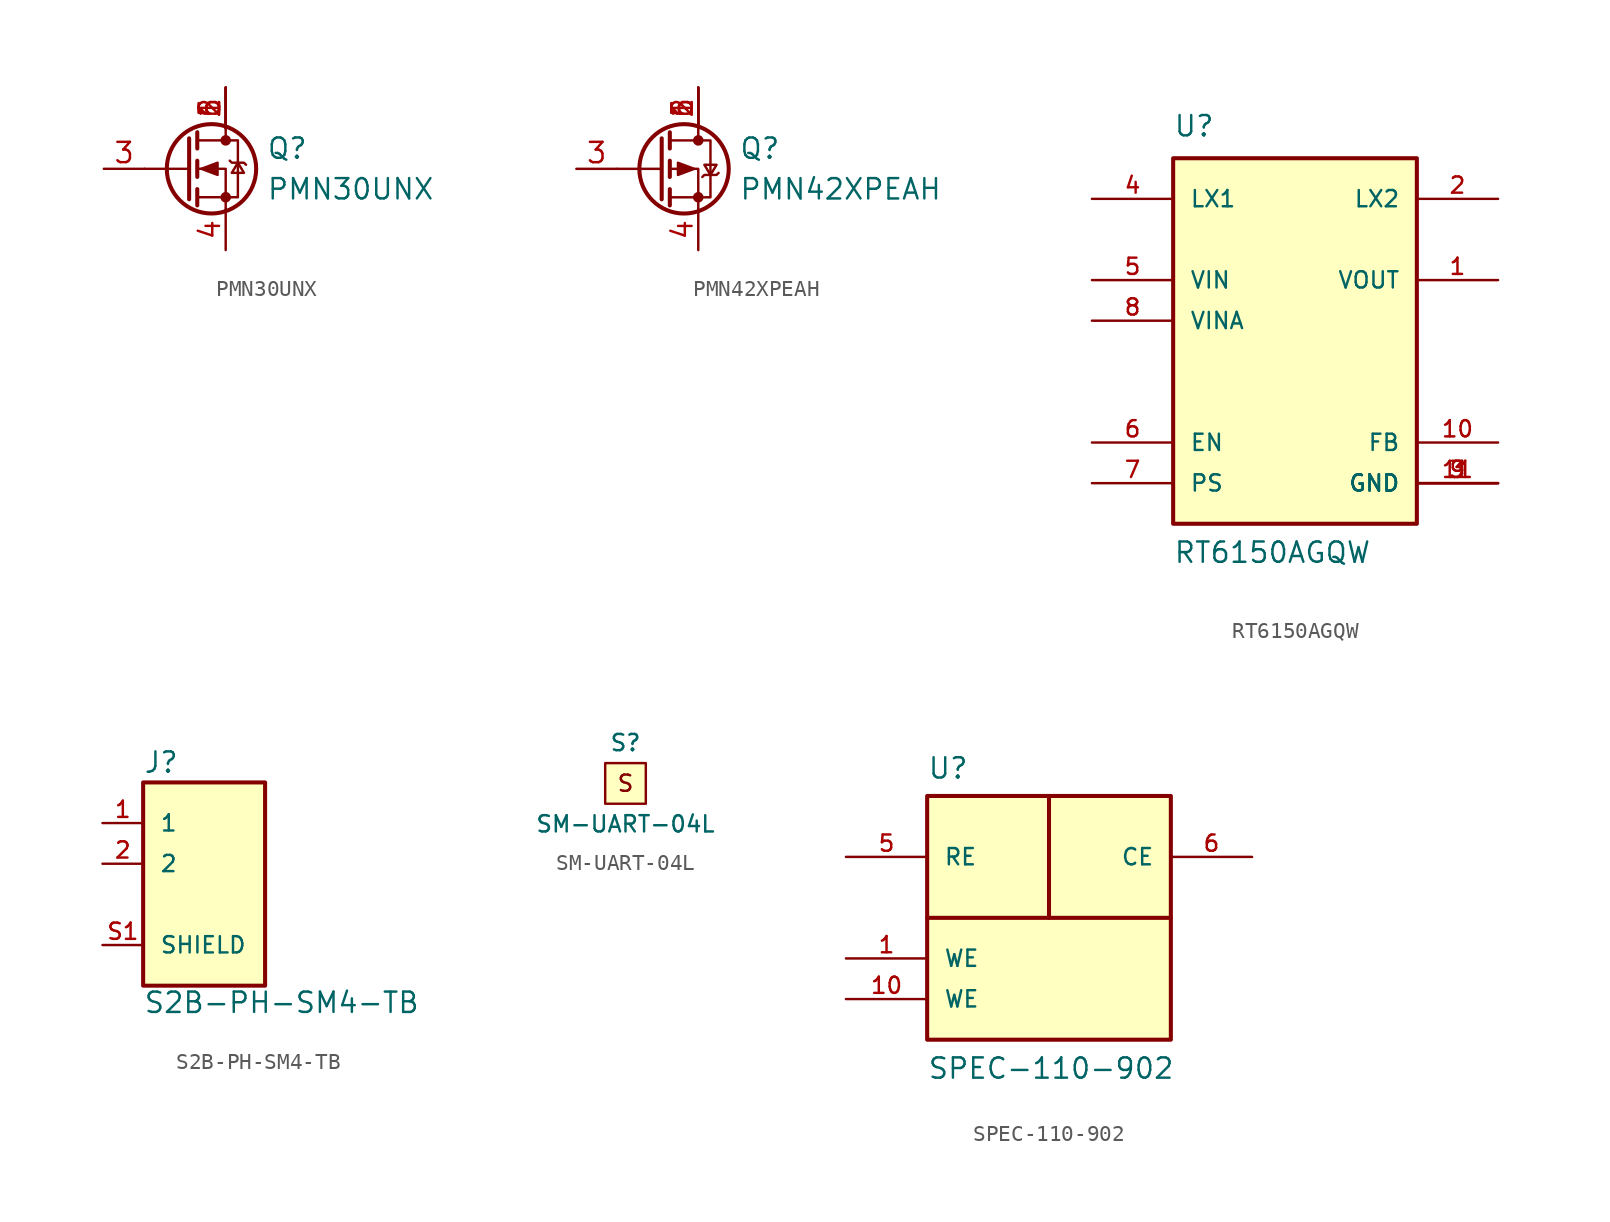
<source format=kicad_sym>
(kicad_symbol_lib
  (version 20211014)
  (generator kicad_symbol_editor)
  (symbol "PMN30UNX"
    (pin_names
      (offset 0) hide)
    (property "Reference" "Q"
      (at 5.08 1.27 0)
      (effects (font (size 1.27 1.27)) (justify left)))
    (property "Value" "PMN30UNX"
      (at 5.08 -1.27 0)
      (effects (font (size 1.27 1.27)) (justify left)))
    (symbol "PMN30UNX_0_1"
      (polyline (pts (xy 0.254 0) (xy -2.54 0)) (stroke (width 0) (type default) (color 0 0 0 0)) (fill (type none)))
      (polyline (pts (xy 0.254 1.905) (xy 0.254 -1.905)) (stroke (width 0.254) (type default) (color 0 0 0 0)) (fill (type none)))
      (polyline (pts (xy 0.762 -1.27) (xy 0.762 -2.286)) (stroke (width 0.254) (type default) (color 0 0 0 0)) (fill (type none)))
      (polyline (pts (xy 0.762 0.508) (xy 0.762 -0.508)) (stroke (width 0.254) (type default) (color 0 0 0 0)) (fill (type none)))
      (polyline (pts (xy 0.762 2.286) (xy 0.762 1.27)) (stroke (width 0.254) (type default) (color 0 0 0 0)) (fill (type none)))
      (polyline (pts (xy 2.54 2.54) (xy 2.54 1.778)) (stroke (width 0) (type default) (color 0 0 0 0)) (fill (type none)))
      (polyline (pts (xy 2.54 -2.54) (xy 2.54 0) (xy 0.762 0)) (stroke (width 0) (type default) (color 0 0 0 0)) (fill (type none)))
      (polyline (pts (xy 0.762 -1.778) (xy 3.302 -1.778) (xy 3.302 1.778) (xy 0.762 1.778)) (stroke (width 0) (type default) (color 0 0 0 0)) (fill (type none)))
      (polyline (pts (xy 1.016 0) (xy 2.032 0.381) (xy 2.032 -0.381) (xy 1.016 0)) (stroke (width 0) (type default) (color 0 0 0 0)) (fill (type outline)))
      (polyline (pts (xy 2.794 0.508) (xy 2.921 0.381) (xy 3.683 0.381) (xy 3.81 0.254)) (stroke (width 0) (type default) (color 0 0 0 0)) (fill (type none)))
      (polyline (pts (xy 3.302 0.381) (xy 2.921 -0.254) (xy 3.683 -0.254) (xy 3.302 0.381)) (stroke (width 0) (type default) (color 0 0 0 0)) (fill (type none)))
      (circle (center 1.651 0) (radius 2.794) (stroke (width 0.254) (type default) (color 0 0 0 0)) (fill (type none)))
      (circle (center 2.54 -1.778) (radius 0.254) (stroke (width 0) (type default) (color 0 0 0 0)) (fill (type outline)))
      (circle (center 2.54 1.778) (radius 0.254) (stroke (width 0) (type default) (color 0 0 0 0)) (fill (type outline))))
    (symbol "PMN30UNX_1_1"
      (pin passive line (at 2.54 5.08 270) (length 2.54) (name "D" (effects (font (size 1.27 1.27)))) (number "1" (effects (font (size 1.27 1.27)))))
      (pin passive line (at 2.54 5.08 270) (length 2.54) (name "D" (effects (font (size 1.27 1.27)))) (number "2" (effects (font (size 1.27 1.27)))))
      (pin input line (at -5.08 0 0) (length 2.54) (name "G" (effects (font (size 1.27 1.27)))) (number "3" (effects (font (size 1.27 1.27)))))
      (pin passive line (at 2.54 -5.08 90) (length 2.54) (name "S" (effects (font (size 1.27 1.27)))) (number "4" (effects (font (size 1.27 1.27)))))
      (pin passive line (at 2.54 5.08 270) (length 2.54) (name "D" (effects (font (size 1.27 1.27)))) (number "5" (effects (font (size 1.27 1.27)))))
      (pin passive line (at 2.54 5.08 270) (length 2.54) (name "D" (effects (font (size 1.27 1.27)))) (number "6" (effects (font (size 1.27 1.27)))))))
  (symbol "PMN42XPEAH"
    (pin_names
      (offset 0) hide)
    (property "Reference" "Q"
      (at 5.08 1.27 0)
      (effects (font (size 1.27 1.27)) (justify left)))
    (property "Value" "PMN42XPEAH"
      (at 5.08 -1.27 0)
      (effects (font (size 1.27 1.27)) (justify left)))
    (symbol "PMN42XPEAH_0_1"
      (polyline (pts (xy 0.254 0) (xy -2.54 0)) (stroke (width 0) (type default) (color 0 0 0 0)) (fill (type none)))
      (polyline (pts (xy 0.254 1.905) (xy 0.254 -1.905)) (stroke (width 0.254) (type default) (color 0 0 0 0)) (fill (type none)))
      (polyline (pts (xy 0.762 -1.27) (xy 0.762 -2.286)) (stroke (width 0.254) (type default) (color 0 0 0 0)) (fill (type none)))
      (polyline (pts (xy 0.762 0.508) (xy 0.762 -0.508)) (stroke (width 0.254) (type default) (color 0 0 0 0)) (fill (type none)))
      (polyline (pts (xy 0.762 2.286) (xy 0.762 1.27)) (stroke (width 0.254) (type default) (color 0 0 0 0)) (fill (type none)))
      (polyline (pts (xy 2.54 2.54) (xy 2.54 1.778)) (stroke (width 0) (type default) (color 0 0 0 0)) (fill (type none)))
      (polyline (pts (xy 2.54 -2.54) (xy 2.54 0) (xy 0.762 0)) (stroke (width 0) (type default) (color 0 0 0 0)) (fill (type none)))
      (polyline (pts (xy 0.762 1.778) (xy 3.302 1.778) (xy 3.302 -1.778) (xy 0.762 -1.778)) (stroke (width 0) (type default) (color 0 0 0 0)) (fill (type none)))
      (polyline (pts (xy 2.286 0) (xy 1.27 0.381) (xy 1.27 -0.381) (xy 2.286 0)) (stroke (width 0) (type default) (color 0 0 0 0)) (fill (type outline)))
      (polyline (pts (xy 2.794 -0.508) (xy 2.921 -0.381) (xy 3.683 -0.381) (xy 3.81 -0.254)) (stroke (width 0) (type default) (color 0 0 0 0)) (fill (type none)))
      (polyline (pts (xy 3.302 -0.381) (xy 2.921 0.254) (xy 3.683 0.254) (xy 3.302 -0.381)) (stroke (width 0) (type default) (color 0 0 0 0)) (fill (type none)))
      (circle (center 1.651 0) (radius 2.794) (stroke (width 0.254) (type default) (color 0 0 0 0)) (fill (type none)))
      (circle (center 2.54 -1.778) (radius 0.254) (stroke (width 0) (type default) (color 0 0 0 0)) (fill (type outline)))
      (circle (center 2.54 1.778) (radius 0.254) (stroke (width 0) (type default) (color 0 0 0 0)) (fill (type outline))))
    (symbol "PMN42XPEAH_1_1"
      (pin passive line (at 2.54 5.08 270) (length 2.54) (name "D" (effects (font (size 1.27 1.27)))) (number "1" (effects (font (size 1.27 1.27)))))
      (pin passive line (at 2.54 5.08 270) (length 2.54) (name "D" (effects (font (size 1.27 1.27)))) (number "2" (effects (font (size 1.27 1.27)))))
      (pin input line (at -5.08 0 0) (length 2.54) (name "G" (effects (font (size 1.27 1.27)))) (number "3" (effects (font (size 1.27 1.27)))))
      (pin passive line (at 2.54 -5.08 90) (length 2.54) (name "S" (effects (font (size 1.27 1.27)))) (number "4" (effects (font (size 1.27 1.27)))))
      (pin passive line (at 2.54 5.08 270) (length 2.54) (name "D" (effects (font (size 1.27 1.27)))) (number "5" (effects (font (size 1.27 1.27)))))
      (pin passive line (at 2.54 5.08 270) (length 2.54) (name "D" (effects (font (size 1.27 1.27)))) (number "6" (effects (font (size 1.27 1.27)))))))
  (symbol "RT6150AGQW"
    (pin_names
      (offset 1.016))
    (property "Reference" "U"
      (at -7.62 13.97 0)
      (effects (font (size 1.27 1.27)) (justify left bottom)))
    (property "Value" "RT6150AGQW"
      (at -7.62 -12.7 0)
      (effects (font (size 1.27 1.27)) (justify left bottom)))
    (symbol "RT6150AGQW_0_0"
      (rectangle (start -7.62 -10.16) (end 7.62 12.7) (stroke (width 0.254) (type default) (color 0 0 0 0)) (fill (type background)))
      (pin power_out line (at 12.7 5.08 180) (length 5.08) (name "VOUT" (effects (font (size 1.016 1.016)))) (number "1" (effects (font (size 1.016 1.016)))))
      (pin input line (at 12.7 -5.08 180) (length 5.08) (name "FB" (effects (font (size 1.016 1.016)))) (number "10" (effects (font (size 1.016 1.016)))))
      (pin power_in line (at 12.7 -7.62 180) (length 5.08) (name "GND" (effects (font (size 1.016 1.016)))) (number "11" (effects (font (size 1.016 1.016)))))
      (pin passive line (at 12.7 10.16 180) (length 5.08) (name "LX2" (effects (font (size 1.016 1.016)))) (number "2" (effects (font (size 1.016 1.016)))))
      (pin power_in line (at 12.7 -7.62 180) (length 5.08) (name "GND" (effects (font (size 1.016 1.016)))) (number "3" (effects (font (size 1.016 1.016)))))
      (pin passive line (at -12.7 10.16 0) (length 5.08) (name "LX1" (effects (font (size 1.016 1.016)))) (number "4" (effects (font (size 1.016 1.016)))))
      (pin power_in line (at -12.7 5.08 0) (length 5.08) (name "VIN" (effects (font (size 1.016 1.016)))) (number "5" (effects (font (size 1.016 1.016)))))
      (pin input line (at -12.7 -5.08 0) (length 5.08) (name "EN" (effects (font (size 1.016 1.016)))) (number "6" (effects (font (size 1.016 1.016)))))
      (pin input line (at -12.7 -7.62 0) (length 5.08) (name "PS" (effects (font (size 1.016 1.016)))) (number "7" (effects (font (size 1.016 1.016)))))
      (pin power_in line (at -12.7 2.54 0) (length 5.08) (name "VINA" (effects (font (size 1.016 1.016)))) (number "8" (effects (font (size 1.016 1.016)))))
      (pin power_in line (at 12.7 -7.62 180) (length 5.08) (name "GND" (effects (font (size 1.016 1.016)))) (number "9" (effects (font (size 1.016 1.016)))))))
  (symbol "S2B-PH-SM4-TB"
    (pin_names
      (offset 1.016))
    (property "Reference" "J"
      (at -5.08 5.588 0)
      (effects (font (size 1.27 1.27)) (justify left bottom)))
    (property "Value" "S2B-PH-SM4-TB"
      (at -5.08 -9.423 0)
      (effects (font (size 1.27 1.27)) (justify left bottom)))
    (symbol "S2B-PH-SM4-TB_0_0"
      (rectangle (start -5.08 -7.62) (end 2.54 5.08) (stroke (width 0.254) (type default) (color 0 0 0 0)) (fill (type background)))
      (pin passive line (at -7.62 2.54 0) (length 2.54) (name "1" (effects (font (size 1.016 1.016)))) (number "1" (effects (font (size 1.016 1.016)))))
      (pin passive line (at -7.62 0 0) (length 2.54) (name "2" (effects (font (size 1.016 1.016)))) (number "2" (effects (font (size 1.016 1.016)))))
      (pin passive line (at -7.62 -5.08 0) (length 2.54) (name "SHIELD" (effects (font (size 1.016 1.016)))) (number "S1" (effects (font (size 1.016 1.016)))))))
  (symbol "SM-UART-04L"
    (pin_names
      (offset 1.016))
    (property "Reference" "S"
      (at 0 2.54 0)
      (effects (font (size 1.016 1.016))))
    (property "Value" "SM-UART-04L"
      (at 0 -2.54 0)
      (effects (font (size 1.016 1.016))))
    (symbol "SM-UART-04L_0_0"
      (text "S" (at 0 0 0) (effects (font (size 1.016 1.016)))))
    (symbol "SM-UART-04L_0_1"
      (rectangle (start -1.27 1.27) (end 1.27 -1.27) (stroke (width 0) (type default) (color 0 0 0 0)) (fill (type background)))))
  (symbol "SPEC-110-902"
    (pin_names
      (offset 1.016))
    (property "Reference" "U"
      (at -7.62 8.611 0)
      (effects (font (size 1.27 1.27)) (justify left bottom)))
    (property "Value" "SPEC-110-902"
      (at -7.62 -10.16 0)
      (effects (font (size 1.27 1.27)) (justify left bottom)))
    (symbol "SPEC-110-902_0_0"
      (rectangle (start -7.62 -7.62) (end 7.62 7.62) (stroke (width 0.254) (type default) (color 0 0 0 0)) (fill (type background)))
      (pin input line (at -12.7 -2.54 0) (length 5.08) (name "WE" (effects (font (size 1.016 1.016)))) (number "1" (effects (font (size 1.016 1.016))))))
    (symbol "SPEC-110-902_0_1"
      (polyline (pts (xy 0 0) (xy 0 7.62)) (stroke (width 0.254) (type default) (color 0 0 0 0)) (fill (type none)))
      (polyline (pts (xy 7.62 0) (xy -7.62 0)) (stroke (width 0.254) (type default) (color 0 0 0 0)) (fill (type none))))
    (symbol "SPEC-110-902_1_1"
      (pin input line (at -12.7 -5.08 0) (length 5.08) (name "WE" (effects (font (size 1.016 1.016)))) (number "10" (effects (font (size 1.016 1.016)))))
      (pin output line (at -12.7 3.81 0) (length 5.08) (name "RE" (effects (font (size 1.016 1.016)))) (number "5" (effects (font (size 1.016 1.016)))))
      (pin input line (at 12.7 3.81 180) (length 5.08) (name "CE" (effects (font (size 1.016 1.016)))) (number "6" (effects (font (size 1.016 1.016))))))))
</source>
